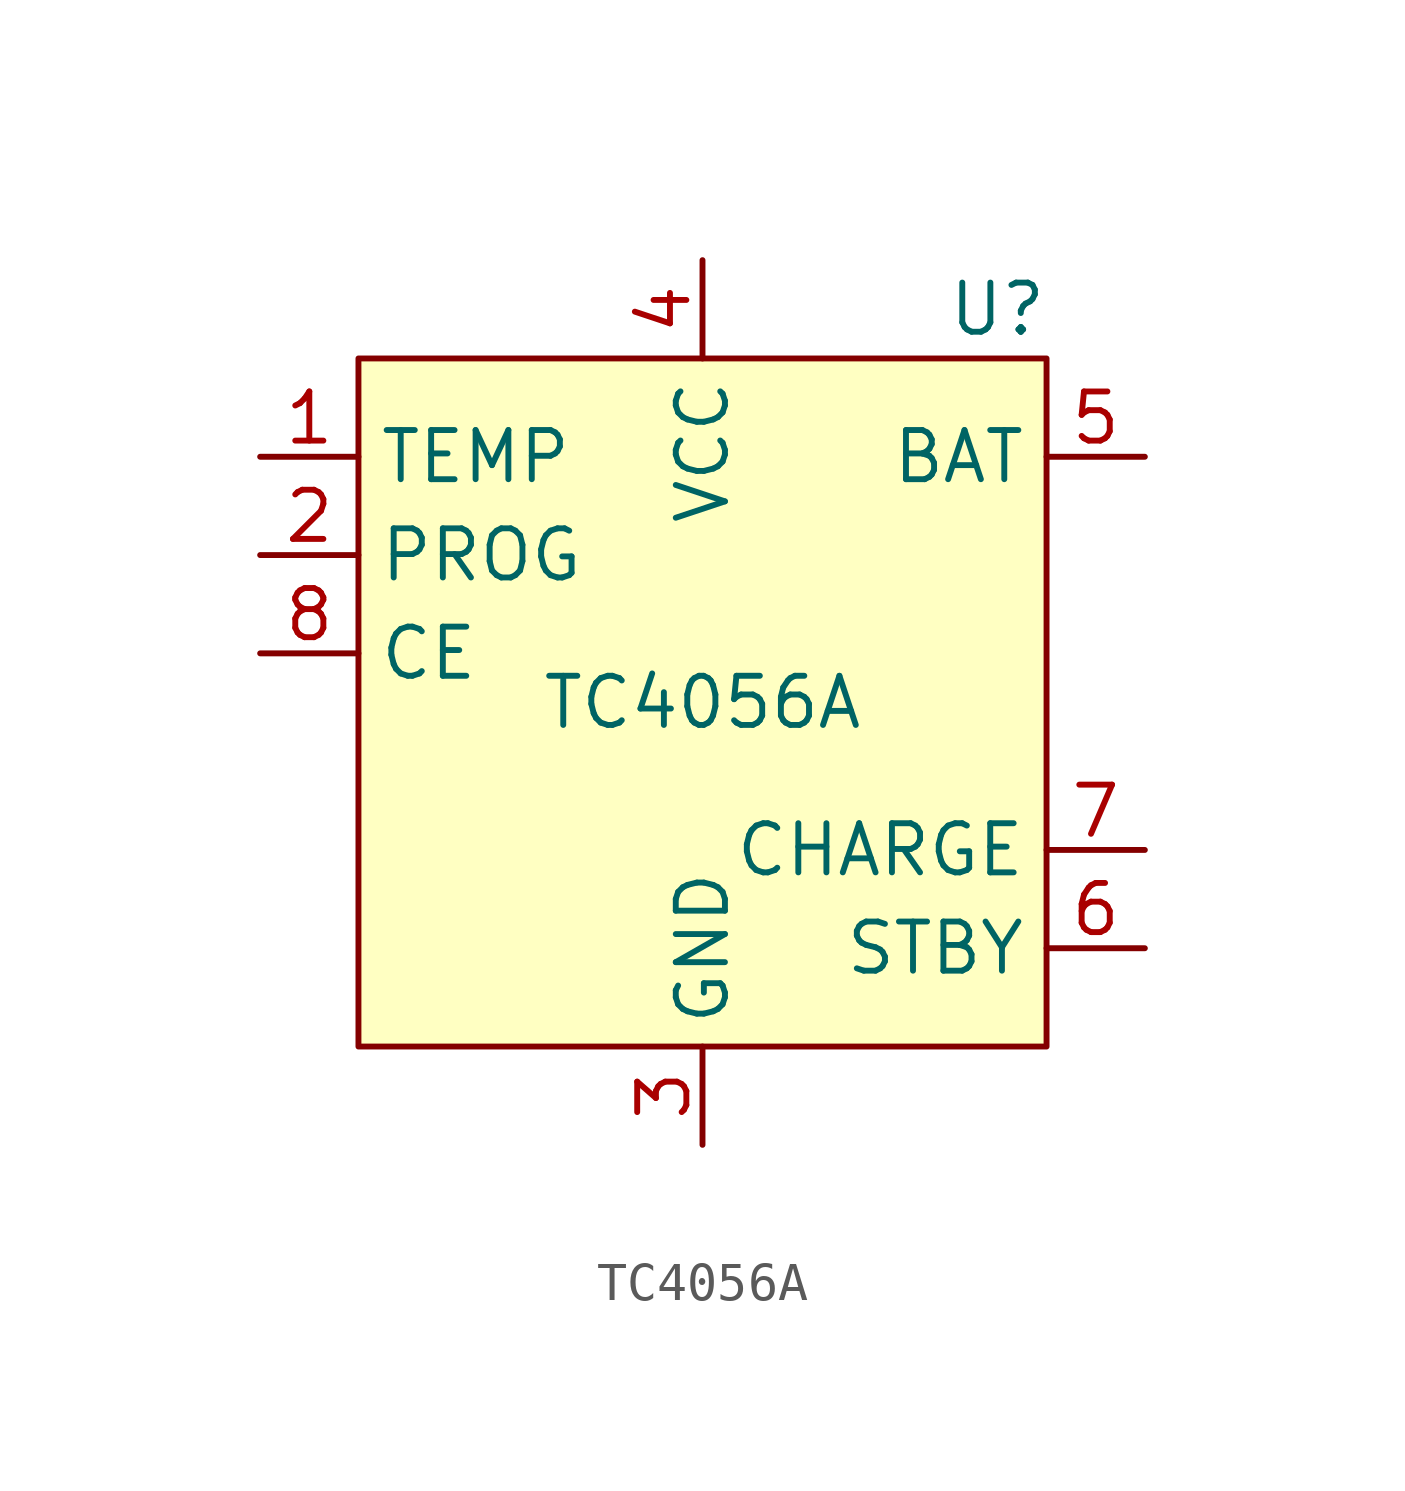
<source format=kicad_sym>
(kicad_symbol_lib
  (version 20220914)
  (generator kicad_symbol_editor)
  (symbol "TC4056A"
    (property "Reference" "U"
      (at 7.62 1.27 0)
      (effects (font (size 1.27 1.27))))
    (property "Value" "TC4056A"
      (at 0 -8.89 0)
      (effects (font (size 1.27 1.27))))
    (symbol "TC4056A_1_1"
      (rectangle (start -8.89 0) (end 8.89 -17.78) (stroke (width 0) (type default)) (fill (type background)))
      (pin input line (at -11.43 -2.54 0) (length 2.54) (name "TEMP" (effects (font (size 1.27 1.27)))) (number "1" (effects (font (size 1.27 1.27)))))
      (pin input line (at -11.43 -5.08 0) (length 2.54) (name "PROG" (effects (font (size 1.27 1.27)))) (number "2" (effects (font (size 1.27 1.27)))))
      (pin power_in line (at 0 -20.32 90) (length 2.54) (name "GND" (effects (font (size 1.27 1.27)))) (number "3" (effects (font (size 1.27 1.27)))))
      (pin power_in line (at 0 2.54 270) (length 2.54) (name "VCC" (effects (font (size 1.27 1.27)))) (number "4" (effects (font (size 1.27 1.27)))))
      (pin power_out line (at 11.43 -2.54 180) (length 2.54) (name "BAT" (effects (font (size 1.27 1.27)))) (number "5" (effects (font (size 1.27 1.27)))))
      (pin output line (at 11.43 -15.24 180) (length 2.54) (name "STBY" (effects (font (size 1.27 1.27)))) (number "6" (effects (font (size 1.27 1.27)))))
      (pin output line (at 11.43 -12.7 180) (length 2.54) (name "CHARGE" (effects (font (size 1.27 1.27)))) (number "7" (effects (font (size 1.27 1.27)))))
      (pin input line (at -11.43 -7.62 0) (length 2.54) (name "CE" (effects (font (size 1.27 1.27)))) (number "8" (effects (font (size 1.27 1.27))))))))
</source>
